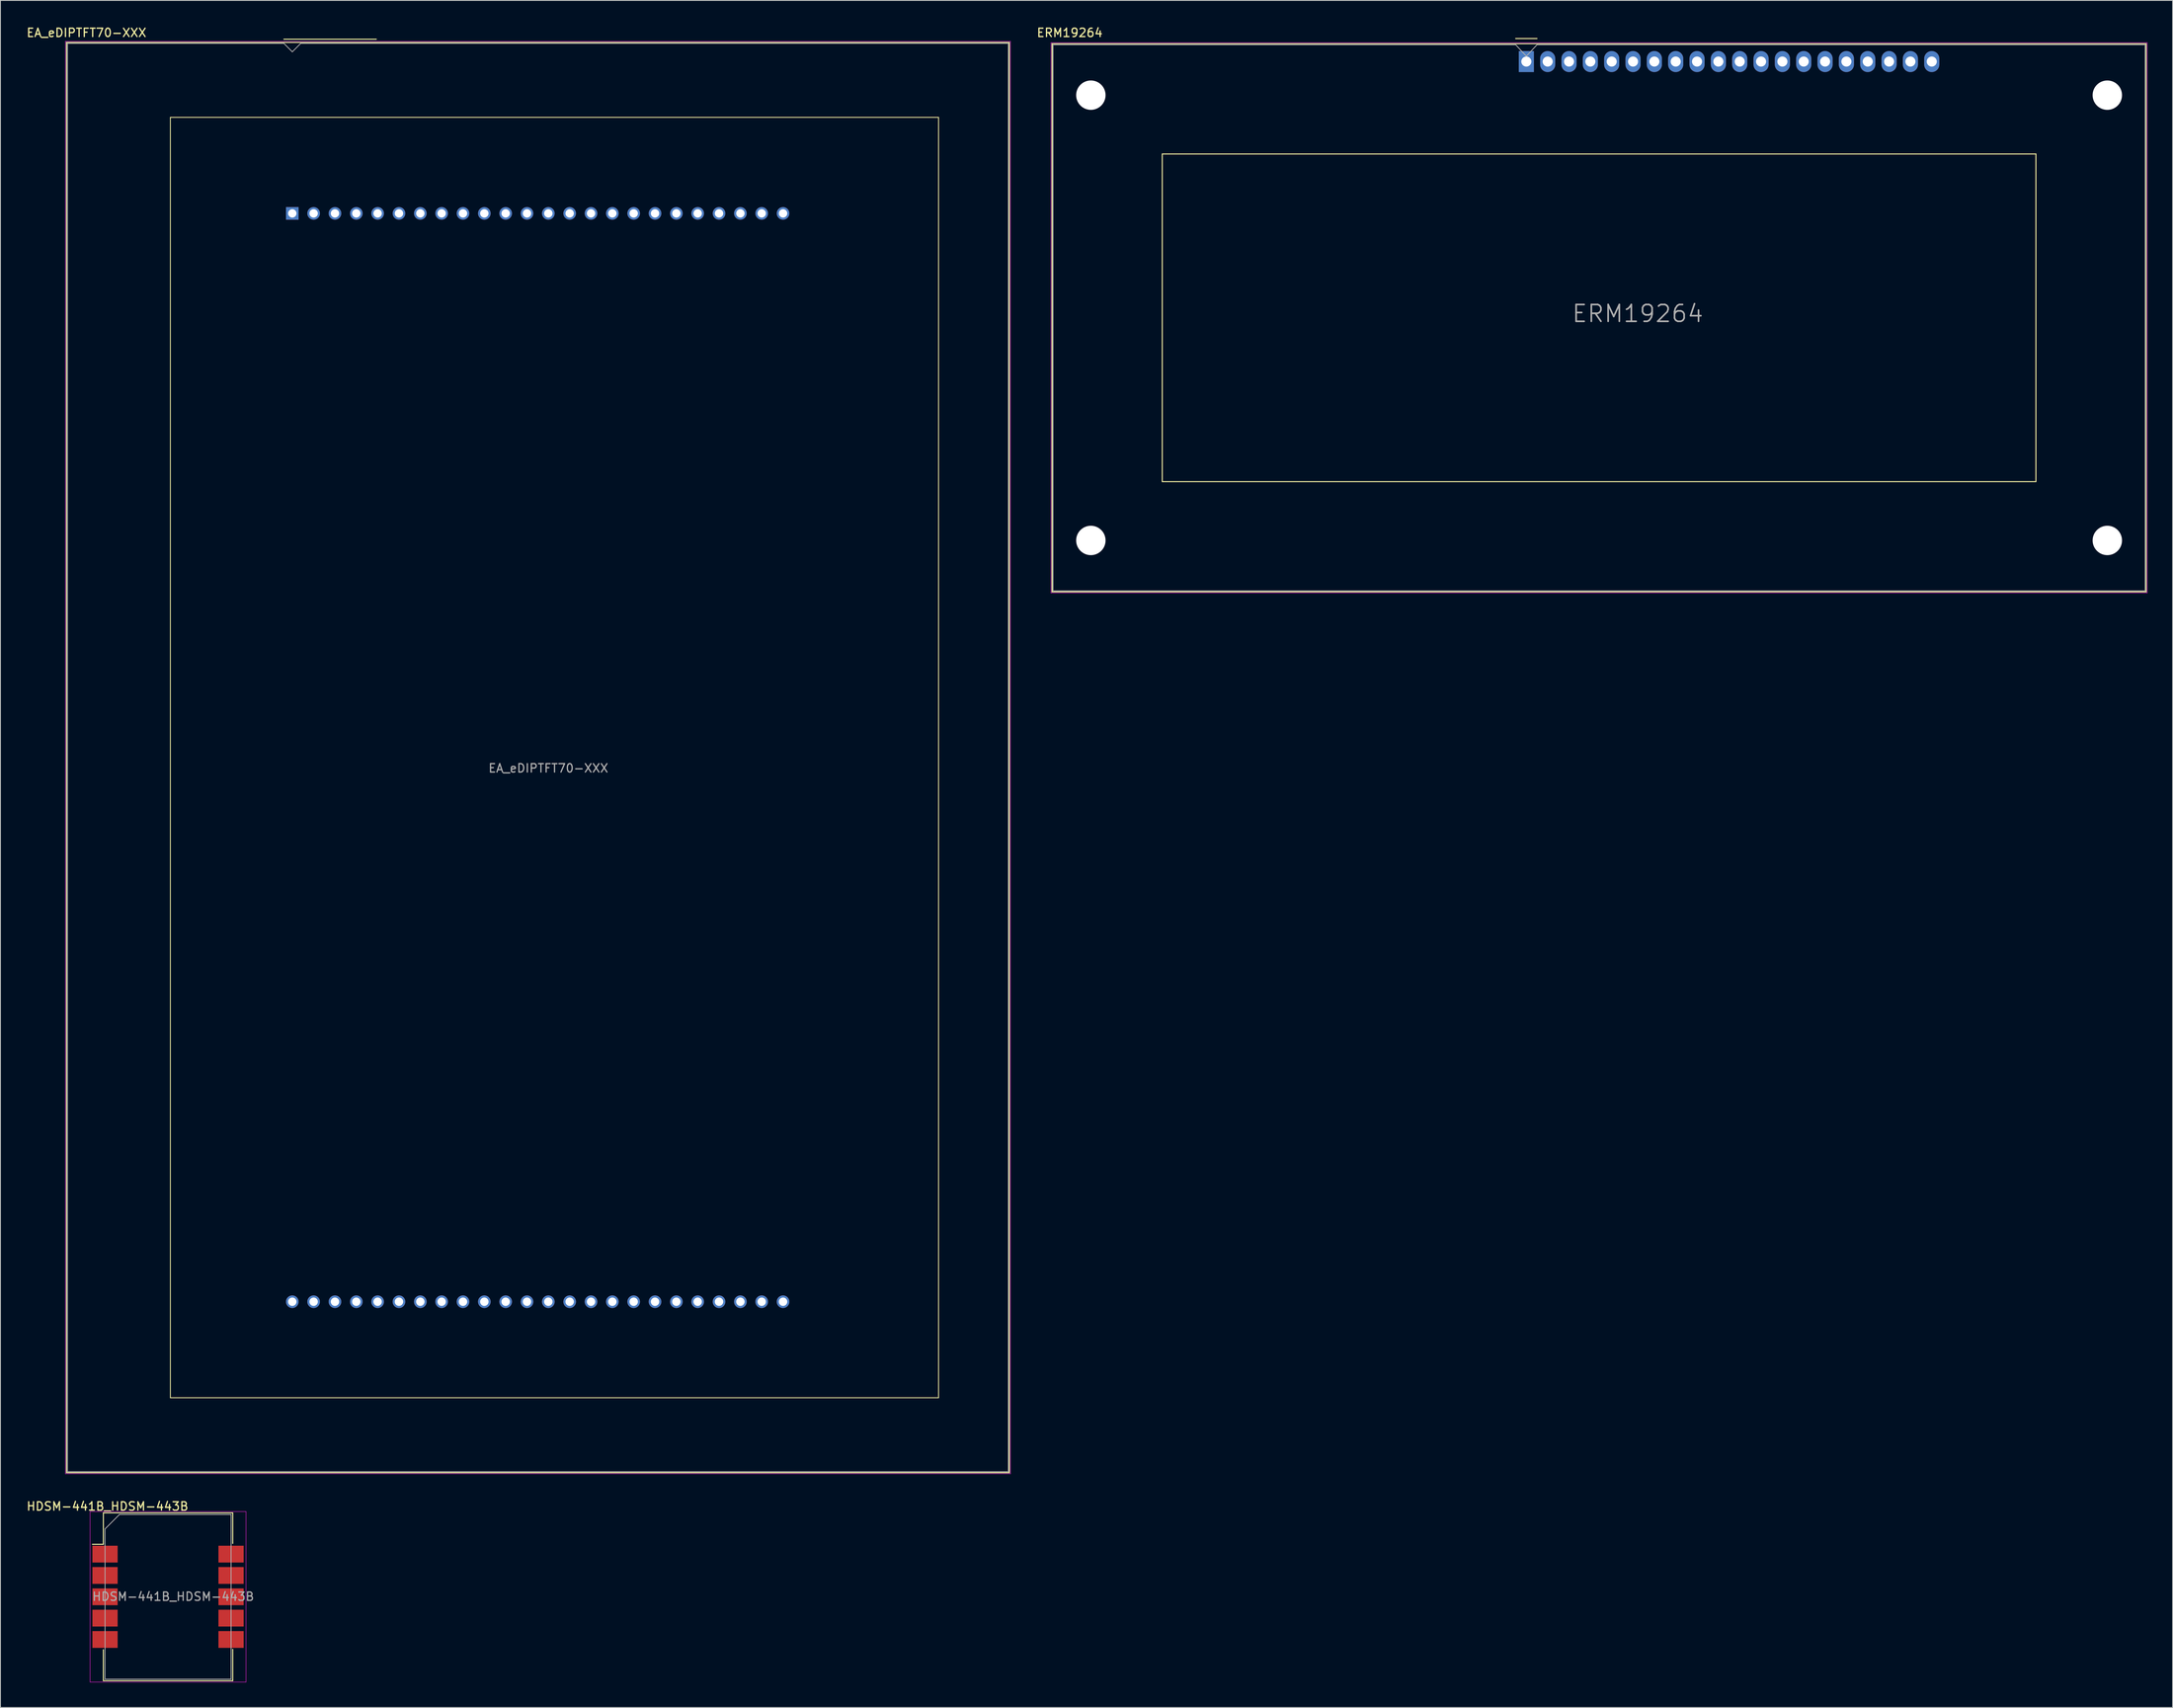
<source format=kicad_pcb>
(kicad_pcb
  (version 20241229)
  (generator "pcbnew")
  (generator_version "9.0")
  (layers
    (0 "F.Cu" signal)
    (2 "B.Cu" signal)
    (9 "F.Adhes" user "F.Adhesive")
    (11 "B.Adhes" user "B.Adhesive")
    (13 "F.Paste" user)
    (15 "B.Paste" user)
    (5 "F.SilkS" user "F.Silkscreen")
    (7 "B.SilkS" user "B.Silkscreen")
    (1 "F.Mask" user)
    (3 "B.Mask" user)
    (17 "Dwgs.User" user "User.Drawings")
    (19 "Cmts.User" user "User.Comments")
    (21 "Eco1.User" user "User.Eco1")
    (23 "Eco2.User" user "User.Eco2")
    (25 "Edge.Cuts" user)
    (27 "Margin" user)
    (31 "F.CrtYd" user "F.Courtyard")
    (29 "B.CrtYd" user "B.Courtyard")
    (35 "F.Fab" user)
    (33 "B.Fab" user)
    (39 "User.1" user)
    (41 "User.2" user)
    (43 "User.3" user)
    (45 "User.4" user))
  (footprint "EA_eDIPTFT70-XXX"
    (layer "F.Cu")
    (at 31.744 22.348)
    (property "Reference" "EA_eDIPTFT70-XXX" (at -24.5 -21.5 0) (layer "F.SilkS") (effects (font (size 1 1) (thickness 0.15))))
    (attr through_hole)
    (fp_line (start -26.88 -20.35) (end 85.36 -20.35) (stroke (width 0.12) (type solid)) (layer "F.SilkS"))
    (fp_line (start -26.88 149.89) (end -26.88 -20.35) (stroke (width 0.12) (type solid)) (layer "F.SilkS"))
    (fp_line (start -14.51 -11.43) (end -14.51 140.97) (stroke (width 0.1) (type solid)) (layer "F.SilkS"))
    (fp_line (start -14.51 140.97) (end 76.93 140.97) (stroke (width 0.1) (type solid)) (layer "F.SilkS"))
    (fp_line (start -1 -20.73) (end 10 -20.73) (stroke (width 0.12) (type solid)) (layer "F.SilkS"))
    (fp_line (start 76.93 -11.43) (end -14.51 -11.43) (stroke (width 0.1) (type solid)) (layer "F.SilkS"))
    (fp_line (start 76.93 140.97) (end 76.93 -11.43) (stroke (width 0.1) (type solid)) (layer "F.SilkS"))
    (fp_line (start 85.36 -20.35) (end 85.36 149.89) (stroke (width 0.12) (type solid)) (layer "F.SilkS"))
    (fp_line (start 85.36 149.89) (end -26.88 149.89) (stroke (width 0.12) (type solid)) (layer "F.SilkS"))
    (fp_line (start -27.01 -20.48) (end 85.49 -20.48) (stroke (width 0.05) (type solid)) (layer "F.CrtYd"))
    (fp_line (start -27.01 150.02) (end -27.01 -20.48) (stroke (width 0.05) (type solid)) (layer "F.CrtYd"))
    (fp_line (start 85.49 -20.48) (end 85.49 150.02) (stroke (width 0.05) (type solid)) (layer "F.CrtYd"))
    (fp_line (start 85.49 150.02) (end -27.01 150.02) (stroke (width 0.05) (type solid)) (layer "F.CrtYd"))
    (fp_line (start -26.76 -20.23) (end -1 -20.23) (stroke (width 0.1) (type solid)) (layer "F.Fab"))
    (fp_line (start -26.76 149.77) (end -26.76 -20.23) (stroke (width 0.1) (type solid)) (layer "F.Fab"))
    (fp_line (start -1 -20.23) (end 0 -19.23) (stroke (width 0.1) (type solid)) (layer "F.Fab"))
    (fp_line (start 0 -19.23) (end 1 -20.23) (stroke (width 0.1) (type solid)) (layer "F.Fab"))
    (fp_line (start 1 -20.23) (end 85.24 -20.23) (stroke (width 0.1) (type solid)) (layer "F.Fab"))
    (fp_line (start 85.24 -20.23) (end 85.24 149.77) (stroke (width 0.1) (type solid)) (layer "F.Fab"))
    (fp_line (start 85.24 149.77) (end -26.76 149.77) (stroke (width 0.1) (type solid)) (layer "F.Fab"))
    (fp_text user "${REFERENCE}" (at 30.48 66.04 0) (layer "F.Fab") (effects (font (size 1 1) (thickness 0.15))))
    (pad "1" thru_hole rect (at 0 0) (size 1.5 1.5) (drill 1) (layers "*.Cu" "*.Mask"))
    (pad "2" thru_hole circle (at 2.54 0) (size 1.5 1.5) (drill 1) (layers "*.Cu" "*.Mask"))
    (pad "3" thru_hole circle (at 5.08 0) (size 1.5 1.5) (drill 1) (layers "*.Cu" "*.Mask"))
    (pad "4" thru_hole circle (at 7.62 0) (size 1.5 1.5) (drill 1) (layers "*.Cu" "*.Mask"))
    (pad "5" thru_hole circle (at 10.16 0) (size 1.5 1.5) (drill 1) (layers "*.Cu" "*.Mask"))
    (pad "6" thru_hole circle (at 12.7 0) (size 1.5 1.5) (drill 1) (layers "*.Cu" "*.Mask"))
    (pad "7" thru_hole circle (at 15.24 0) (size 1.5 1.5) (drill 1) (layers "*.Cu" "*.Mask"))
    (pad "8" thru_hole circle (at 17.78 0) (size 1.5 1.5) (drill 1) (layers "*.Cu" "*.Mask"))
    (pad "9" thru_hole circle (at 20.32 0) (size 1.5 1.5) (drill 1) (layers "*.Cu" "*.Mask"))
    (pad "10" thru_hole circle (at 22.86 0) (size 1.5 1.5) (drill 1) (layers "*.Cu" "*.Mask"))
    (pad "11" thru_hole circle (at 25.4 0) (size 1.5 1.5) (drill 1) (layers "*.Cu" "*.Mask"))
    (pad "12" thru_hole circle (at 27.94 0) (size 1.5 1.5) (drill 1) (layers "*.Cu" "*.Mask"))
    (pad "13" thru_hole circle (at 30.48 0) (size 1.5 1.5) (drill 1) (layers "*.Cu" "*.Mask"))
    (pad "14" thru_hole circle (at 33.02 0) (size 1.5 1.5) (drill 1) (layers "*.Cu" "*.Mask"))
    (pad "15" thru_hole circle (at 35.56 0) (size 1.5 1.5) (drill 1) (layers "*.Cu" "*.Mask"))
    (pad "16" thru_hole circle (at 38.1 0) (size 1.5 1.5) (drill 1) (layers "*.Cu" "*.Mask"))
    (pad "17" thru_hole circle (at 40.64 0) (size 1.5 1.5) (drill 1) (layers "*.Cu" "*.Mask"))
    (pad "18" thru_hole circle (at 43.18 0) (size 1.5 1.5) (drill 1) (layers "*.Cu" "*.Mask"))
    (pad "19" thru_hole circle (at 45.72 0) (size 1.5 1.5) (drill 1) (layers "*.Cu" "*.Mask"))
    (pad "20" thru_hole circle (at 48.26 0) (size 1.5 1.5) (drill 1) (layers "*.Cu" "*.Mask"))
    (pad "21" thru_hole circle (at 50.8 0) (size 1.5 1.5) (drill 1) (layers "*.Cu" "*.Mask"))
    (pad "22" thru_hole circle (at 53.34 0) (size 1.5 1.5) (drill 1) (layers "*.Cu" "*.Mask"))
    (pad "23" thru_hole circle (at 55.88 0) (size 1.5 1.5) (drill 1) (layers "*.Cu" "*.Mask"))
    (pad "24" thru_hole circle (at 58.42 0) (size 1.5 1.5) (drill 1) (layers "*.Cu" "*.Mask"))
    (pad "25" thru_hole circle (at 58.42 129.54) (size 1.5 1.5) (drill 1) (layers "*.Cu" "*.Mask"))
    (pad "26" thru_hole circle (at 55.88 129.54) (size 1.5 1.5) (drill 1) (layers "*.Cu" "*.Mask"))
    (pad "27" thru_hole circle (at 53.34 129.54) (size 1.5 1.5) (drill 1) (layers "*.Cu" "*.Mask"))
    (pad "28" thru_hole circle (at 50.8 129.54) (size 1.5 1.5) (drill 1) (layers "*.Cu" "*.Mask"))
    (pad "29" thru_hole circle (at 48.26 129.54) (size 1.5 1.5) (drill 1) (layers "*.Cu" "*.Mask"))
    (pad "30" thru_hole circle (at 45.72 129.54) (size 1.5 1.5) (drill 1) (layers "*.Cu" "*.Mask"))
    (pad "31" thru_hole circle (at 43.18 129.54) (size 1.5 1.5) (drill 1) (layers "*.Cu" "*.Mask"))
    (pad "32" thru_hole circle (at 40.64 129.54) (size 1.5 1.5) (drill 1) (layers "*.Cu" "*.Mask"))
    (pad "33" thru_hole circle (at 38.1 129.54) (size 1.5 1.5) (drill 1) (layers "*.Cu" "*.Mask"))
    (pad "34" thru_hole circle (at 35.56 129.54) (size 1.5 1.5) (drill 1) (layers "*.Cu" "*.Mask"))
    (pad "35" thru_hole circle (at 33.02 129.54) (size 1.5 1.5) (drill 1) (layers "*.Cu" "*.Mask"))
    (pad "36" thru_hole circle (at 30.48 129.54) (size 1.5 1.5) (drill 1) (layers "*.Cu" "*.Mask"))
    (pad "37" thru_hole circle (at 27.94 129.54) (size 1.5 1.5) (drill 1) (layers "*.Cu" "*.Mask"))
    (pad "38" thru_hole circle (at 25.4 129.54) (size 1.5 1.5) (drill 1) (layers "*.Cu" "*.Mask"))
    (pad "39" thru_hole circle (at 22.86 129.54) (size 1.5 1.5) (drill 1) (layers "*.Cu" "*.Mask"))
    (pad "40" thru_hole circle (at 20.32 129.54) (size 1.5 1.5) (drill 1) (layers "*.Cu" "*.Mask"))
    (pad "41" thru_hole circle (at 17.78 129.54) (size 1.5 1.5) (drill 1) (layers "*.Cu" "*.Mask"))
    (pad "42" thru_hole circle (at 15.24 129.54) (size 1.5 1.5) (drill 1) (layers "*.Cu" "*.Mask"))
    (pad "43" thru_hole circle (at 12.7 129.54) (size 1.5 1.5) (drill 1) (layers "*.Cu" "*.Mask"))
    (pad "44" thru_hole circle (at 10.16 129.54) (size 1.5 1.5) (drill 1) (layers "*.Cu" "*.Mask"))
    (pad "45" thru_hole circle (at 7.62 129.54) (size 1.5 1.5) (drill 1) (layers "*.Cu" "*.Mask"))
    (pad "46" thru_hole circle (at 5.08 129.54) (size 1.5 1.5) (drill 1) (layers "*.Cu" "*.Mask"))
    (pad "47" thru_hole circle (at 2.54 129.54) (size 1.5 1.5) (drill 1) (layers "*.Cu" "*.Mask"))
    (pad "48" thru_hole circle (at 0 129.54) (size 1.5 1.5) (drill 1) (layers "*.Cu" "*.Mask")))
  (footprint "ERM19264"
    (layer "F.Cu")
    (at 178.645 4.277)
    (property "Reference" "ERM19264" (at -54.356 -3.429 0) (layer "F.SilkS") (effects (font (size 1 1) (thickness 0.15))))
    (attr through_hole)
    (fp_line (start -56.46 -2.12) (end 73.78 -2.12) (stroke (width 0.12) (type solid)) (layer "F.SilkS"))
    (fp_line (start -56.46 63.12) (end -56.46 -2.12) (stroke (width 0.12) (type solid)) (layer "F.SilkS"))
    (fp_line (start -43.34 11) (end 60.66 11) (stroke (width 0.12) (type solid)) (layer "F.SilkS"))
    (fp_line (start -43.34 50) (end -43.34 11) (stroke (width 0.12) (type solid)) (layer "F.SilkS"))
    (fp_line (start 1.27 -2.74) (end -1.27 -2.74) (stroke (width 0.12) (type solid)) (layer "F.SilkS"))
    (fp_line (start 60.66 11) (end 60.66 50) (stroke (width 0.12) (type solid)) (layer "F.SilkS"))
    (fp_line (start 60.66 50) (end -43.34 50) (stroke (width 0.12) (type solid)) (layer "F.SilkS"))
    (fp_line (start 73.78 -2.12) (end 73.78 63.12) (stroke (width 0.12) (type solid)) (layer "F.SilkS"))
    (fp_line (start 73.78 63.12) (end -56.46 63.12) (stroke (width 0.12) (type solid)) (layer "F.SilkS"))
    (fp_line (start -56.59 -2.25) (end 73.91 -2.25) (stroke (width 0.05) (type solid)) (layer "F.CrtYd"))
    (fp_line (start -56.59 63.25) (end -56.59 -2.25) (stroke (width 0.05) (type solid)) (layer "F.CrtYd"))
    (fp_line (start 73.91 -2.25) (end 73.91 63.25) (stroke (width 0.05) (type solid)) (layer "F.CrtYd"))
    (fp_line (start 73.91 63.25) (end -56.59 63.25) (stroke (width 0.05) (type solid)) (layer "F.CrtYd"))
    (fp_line (start -56.34 -2) (end -1.27 -2) (stroke (width 0.1) (type solid)) (layer "F.Fab"))
    (fp_line (start -56.34 63) (end -56.34 -2) (stroke (width 0.1) (type solid)) (layer "F.Fab"))
    (fp_line (start 0 -0.635) (end -1.27 -2) (stroke (width 0.1) (type solid)) (layer "F.Fab"))
    (fp_line (start 1.27 -2) (end 0 -0.635) (stroke (width 0.1) (type solid)) (layer "F.Fab"))
    (fp_line (start 1.27 -2) (end 73.66 -2) (stroke (width 0.1) (type solid)) (layer "F.Fab"))
    (fp_line (start 73.66 -2) (end 73.66 63) (stroke (width 0.1) (type solid)) (layer "F.Fab"))
    (fp_line (start 73.66 63) (end -56.34 63) (stroke (width 0.1) (type solid)) (layer "F.Fab"))
    (fp_text user "${REFERENCE}" (at 13.26 30 0) (layer "F.Fab") (effects (font (size 2 2) (thickness 0.2))))
    (pad "" np_thru_hole circle (at -51.84 4 180) (size 3.5 3.5) (drill 3.5) (layers "*.Cu" "*.Mask"))
    (pad "" np_thru_hole circle (at -51.84 57 180) (size 3.5 3.5) (drill 3.5) (layers "*.Cu" "*.Mask"))
    (pad "" np_thru_hole circle (at 69.16 4 180) (size 3.5 3.5) (drill 3.5) (layers "*.Cu" "*.Mask"))
    (pad "" np_thru_hole circle (at 69.16 57 180) (size 3.5 3.5) (drill 3.5) (layers "*.Cu" "*.Mask"))
    (pad "1" thru_hole rect (at 0 0 180) (size 1.8 2.5) (drill 1.2) (layers "*.Cu" "*.Mask"))
    (pad "2" thru_hole oval (at 2.54 0 180) (size 1.8 2.5) (drill 1.2) (layers "*.Cu" "*.Mask"))
    (pad "3" thru_hole oval (at 5.08 0 180) (size 1.8 2.5) (drill 1.2) (layers "*.Cu" "*.Mask"))
    (pad "4" thru_hole oval (at 7.62 0 180) (size 1.8 2.5) (drill 1.2) (layers "*.Cu" "*.Mask"))
    (pad "5" thru_hole oval (at 10.16 0 180) (size 1.8 2.5) (drill 1.2) (layers "*.Cu" "*.Mask"))
    (pad "6" thru_hole oval (at 12.7 0 180) (size 1.8 2.5) (drill 1.2) (layers "*.Cu" "*.Mask"))
    (pad "7" thru_hole oval (at 15.24 0 180) (size 1.8 2.5) (drill 1.2) (layers "*.Cu" "*.Mask"))
    (pad "8" thru_hole oval (at 17.78 0 180) (size 1.8 2.5) (drill 1.2) (layers "*.Cu" "*.Mask"))
    (pad "9" thru_hole oval (at 20.32 0 180) (size 1.8 2.5) (drill 1.2) (layers "*.Cu" "*.Mask"))
    (pad "10" thru_hole oval (at 22.86 0 180) (size 1.8 2.5) (drill 1.2) (layers "*.Cu" "*.Mask"))
    (pad "11" thru_hole oval (at 25.4 0 180) (size 1.8 2.5) (drill 1.2) (layers "*.Cu" "*.Mask"))
    (pad "12" thru_hole oval (at 27.94 0 180) (size 1.8 2.5) (drill 1.2) (layers "*.Cu" "*.Mask"))
    (pad "13" thru_hole oval (at 30.48 0 180) (size 1.8 2.5) (drill 1.2) (layers "*.Cu" "*.Mask"))
    (pad "14" thru_hole oval (at 33.02 0 180) (size 1.8 2.5) (drill 1.2) (layers "*.Cu" "*.Mask"))
    (pad "15" thru_hole oval (at 35.56 0 180) (size 1.8 2.5) (drill 1.2) (layers "*.Cu" "*.Mask"))
    (pad "16" thru_hole oval (at 38.1 0 180) (size 1.8 2.5) (drill 1.2) (layers "*.Cu" "*.Mask"))
    (pad "17" thru_hole oval (at 40.64 0 180) (size 1.8 2.5) (drill 1.2) (layers "*.Cu" "*.Mask"))
    (pad "18" thru_hole oval (at 43.18 0 180) (size 1.8 2.5) (drill 1.2) (layers "*.Cu" "*.Mask"))
    (pad "19" thru_hole oval (at 45.72 0 180) (size 1.8 2.5) (drill 1.2) (layers "*.Cu" "*.Mask"))
    (pad "20" thru_hole oval (at 48.26 0 180) (size 1.8 2.5) (drill 1.2) (layers "*.Cu" "*.Mask")))
  (footprint "HDSM-441B_HDSM-443B"
    (layer "F.Cu")
    (at 16.954 187.012)
    (property "Reference" "HDSM-441B_HDSM-443B" (at -7.21 -10.77 0) (layer "F.SilkS") (effects (font (size 1 1) (thickness 0.15))))
    (attr smd)
    (fp_line (start -9 -6.25) (end -7.7 -6.25) (stroke (width 0.12) (type solid)) (layer "F.SilkS"))
    (fp_line (start -7.7 -9.99) (end 7.7 -9.99) (stroke (width 0.12) (type solid)) (layer "F.SilkS"))
    (fp_line (start -7.7 -6.25) (end -7.7 -10) (stroke (width 0.12) (type solid)) (layer "F.SilkS"))
    (fp_line (start -7.7 6.3) (end -7.7 9.99) (stroke (width 0.12) (type solid)) (layer "F.SilkS"))
    (fp_line (start 7.7 -9.99) (end 7.7 -6.35) (stroke (width 0.12) (type solid)) (layer "F.SilkS"))
    (fp_line (start 7.7 6.25) (end 7.7 9.99) (stroke (width 0.12) (type solid)) (layer "F.SilkS"))
    (fp_line (start 7.7 9.99) (end -7.7 9.99) (stroke (width 0.12) (type solid)) (layer "F.SilkS"))
    (fp_line (start -9.28 -10.15) (end 9.28 -10.15) (stroke (width 0.05) (type solid)) (layer "F.CrtYd"))
    (fp_line (start -9.28 10.15) (end -9.28 -10.15) (stroke (width 0.05) (type solid)) (layer "F.CrtYd"))
    (fp_line (start 9.28 -10.15) (end 9.28 10.15) (stroke (width 0.05) (type solid)) (layer "F.CrtYd"))
    (fp_line (start 9.28 10.15) (end -9.28 10.15) (stroke (width 0.05) (type solid)) (layer "F.CrtYd"))
    (fp_line (start -7.5 -8.08) (end -7.5 9.8) (stroke (width 0.1) (type solid)) (layer "F.Fab"))
    (fp_line (start -7.5 -8.08) (end -5.78 -9.8) (stroke (width 0.1) (type solid)) (layer "F.Fab"))
    (fp_line (start 7.5 -9.8) (end -5.78 -9.8) (stroke (width 0.1) (type solid)) (layer "F.Fab"))
    (fp_line (start 7.5 -9.8) (end 7.5 9.8) (stroke (width 0.1) (type solid)) (layer "F.Fab"))
    (fp_line (start 7.5 9.8) (end -7.5 9.8) (stroke (width 0.1) (type solid)) (layer "F.Fab"))
    (fp_text user "${REFERENCE}" (at 0.61 -0.03 0) (layer "F.Fab") (effects (font (size 1 1) (thickness 0.15))))
    (pad "1" smd rect (at -7.5 -5.08 270) (size 2 3) (layers "F.Cu" "F.Mask" "F.Paste"))
    (pad "2" smd rect (at -7.5 -2.54 270) (size 2 3) (layers "F.Cu" "F.Mask" "F.Paste"))
    (pad "3" smd rect (at -7.5 0 270) (size 2 3) (layers "F.Cu" "F.Mask" "F.Paste"))
    (pad "4" smd rect (at -7.5 2.54 270) (size 2 3) (layers "F.Cu" "F.Mask" "F.Paste"))
    (pad "5" smd rect (at -7.5 5.08 270) (size 2 3) (layers "F.Cu" "F.Mask" "F.Paste"))
    (pad "6" smd rect (at 7.5 5.08 270) (size 2 3) (layers "F.Cu" "F.Mask" "F.Paste"))
    (pad "7" smd rect (at 7.5 2.54 270) (size 2 3) (layers "F.Cu" "F.Mask" "F.Paste"))
    (pad "8" smd rect (at 7.5 0 270) (size 2 3) (layers "F.Cu" "F.Mask" "F.Paste"))
    (pad "9" smd rect (at 7.5 -2.54 270) (size 2 3) (layers "F.Cu" "F.Mask" "F.Paste"))
    (pad "10" smd rect (at 7.5 -5.08 270) (size 2 3) (layers "F.Cu" "F.Mask" "F.Paste")))
  (gr_rect
    (start -3 -3)
    (end 255.58 200.186)
    (stroke (width 0.1) (type default))
    (fill no)
    (layer "Edge.Cuts")))
</source>
